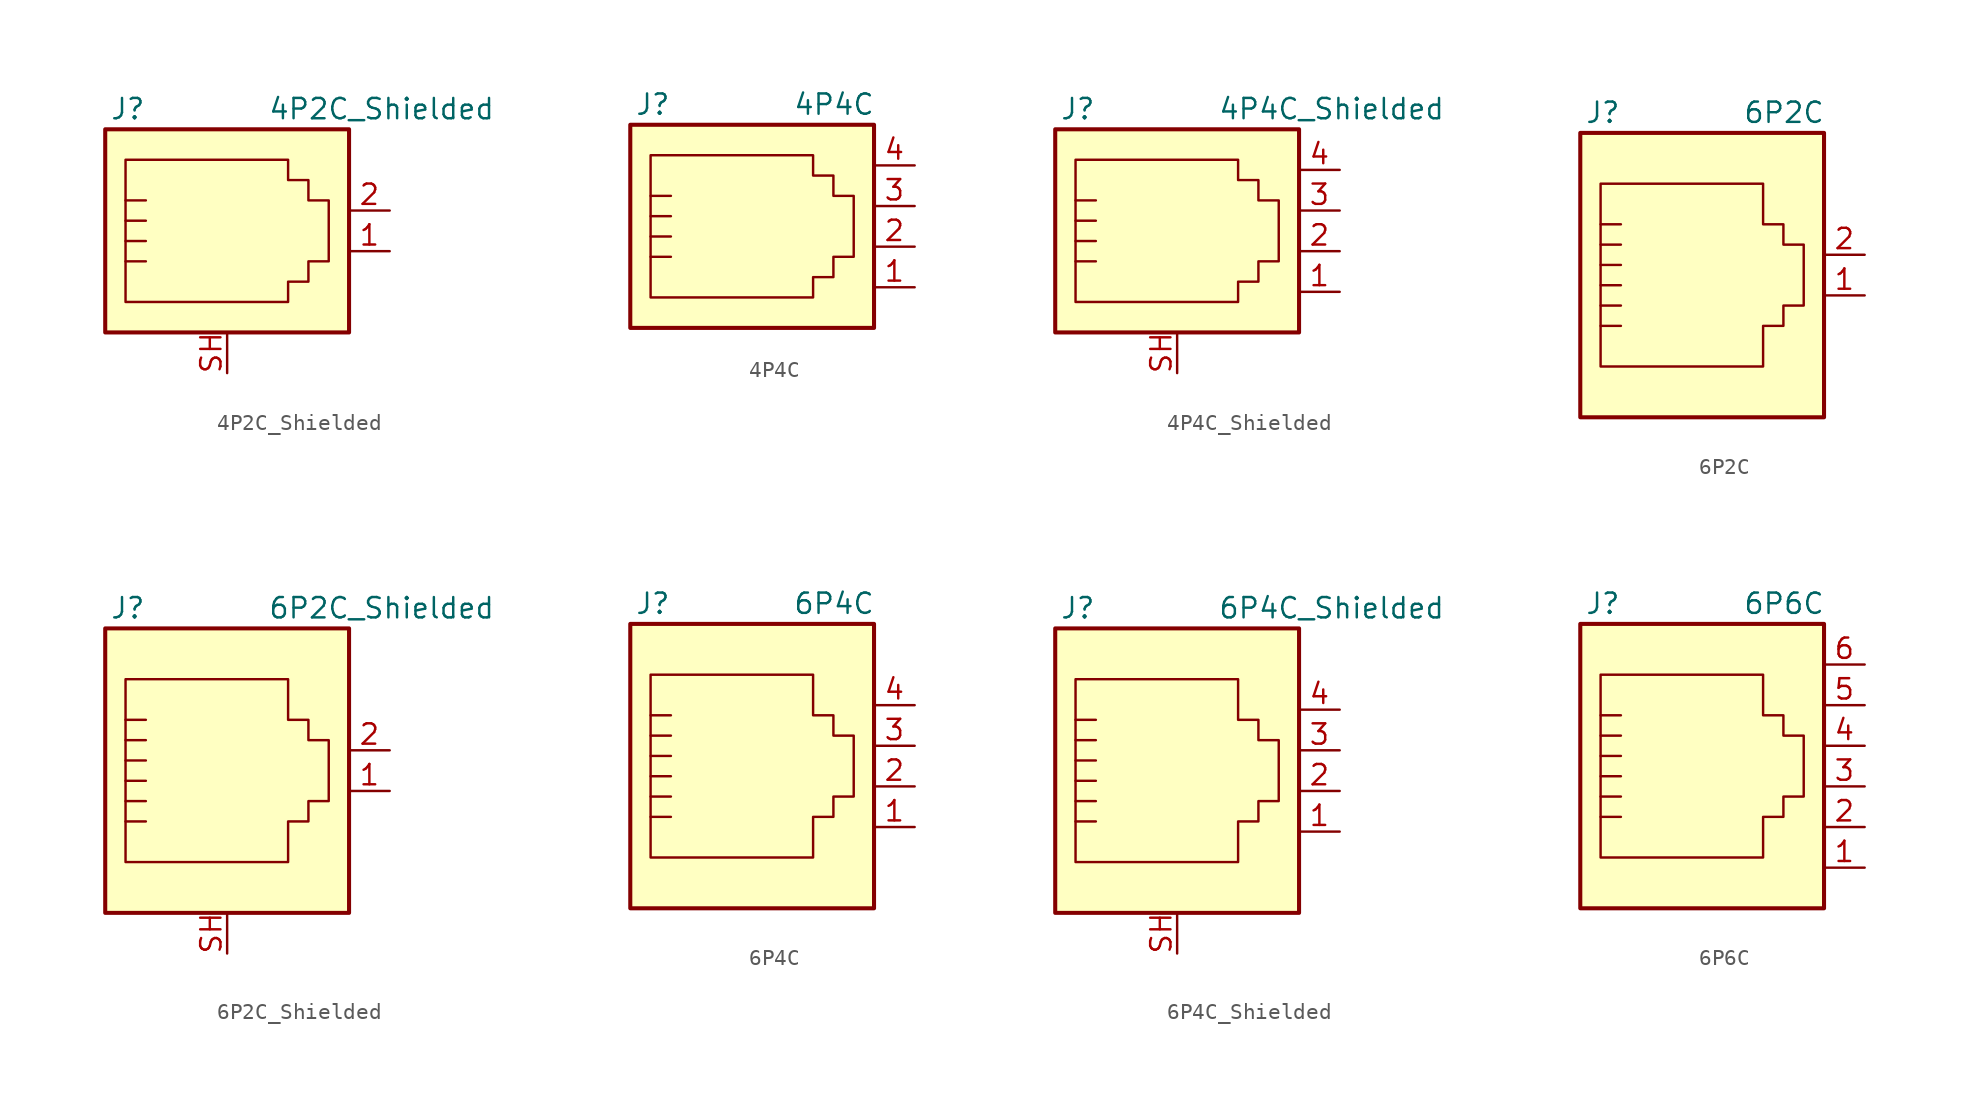
<source format=kicad_sym>
(kicad_symbol_lib
  (version 20241209)
  (generator "kicad_symbol_editor")
  (generator_version "9.0")
  (symbol "4P2C_Shielded"
    (pin_names
      (offset 1.016))
    (property "Reference" "J"
      (at -5.08 8.89 0)
      (effects (font (size 1.27 1.27)) (justify right)))
    (property "Value" "4P2C_Shielded"
      (at 2.54 8.89 0)
      (effects (font (size 1.27 1.27)) (justify left)))
    (symbol "4P2C_Shielded_0_1"
      (polyline (pts (xy -6.35 3.175) (xy -5.08 3.175) (xy -5.08 3.175)) (stroke (width 0) (type default)) (fill (type none)))
      (polyline (pts (xy -6.35 1.905) (xy -5.08 1.905) (xy -5.08 1.905)) (stroke (width 0) (type default)) (fill (type none)))
      (polyline (pts (xy -6.35 0.635) (xy -5.08 0.635) (xy -5.08 0.635)) (stroke (width 0) (type default)) (fill (type none)))
      (polyline (pts (xy -6.35 -0.635) (xy -5.08 -0.635) (xy -5.08 -0.635)) (stroke (width 0) (type default)) (fill (type none)))
      (polyline (pts (xy -6.35 -3.175) (xy -6.35 5.715) (xy -1.27 5.715) (xy 3.81 5.715) (xy 3.81 4.445) (xy 5.08 4.445) (xy 5.08 3.175) (xy 6.35 3.175) (xy 6.35 -0.635) (xy 5.08 -0.635) (xy 5.08 -1.905) (xy 3.81 -1.905) (xy 3.81 -3.175) (xy -6.35 -3.175) (xy -6.35 -3.175)) (stroke (width 0) (type default)) (fill (type none)))
      (rectangle (start 7.62 7.62) (end -7.62 -5.08) (stroke (width 0.254) (type default)) (fill (type background))))
    (symbol "4P2C_Shielded_1_1"
      (pin passive line (at 0 -7.62 90) (length 2.54) (name "~" (effects (font (size 1.27 1.27)))) (number "SH" (effects (font (size 1.27 1.27)))))
      (pin passive line (at 10.16 2.54 180) (length 2.54) (name "~" (effects (font (size 1.27 1.27)))) (number "2" (effects (font (size 1.27 1.27)))))
      (pin passive line (at 10.16 0 180) (length 2.54) (name "~" (effects (font (size 1.27 1.27)))) (number "1" (effects (font (size 1.27 1.27)))))))
  (symbol "4P4C"
    (pin_names
      (offset 1.016))
    (property "Reference" "J"
      (at -5.08 8.89 0)
      (effects (font (size 1.27 1.27)) (justify right)))
    (property "Value" "4P4C"
      (at 2.54 8.89 0)
      (effects (font (size 1.27 1.27)) (justify left)))
    (symbol "4P4C_0_1"
      (polyline (pts (xy -6.35 3.175) (xy -5.08 3.175) (xy -5.08 3.175)) (stroke (width 0) (type default)) (fill (type none)))
      (polyline (pts (xy -6.35 1.905) (xy -5.08 1.905) (xy -5.08 1.905)) (stroke (width 0) (type default)) (fill (type none)))
      (polyline (pts (xy -6.35 0.635) (xy -5.08 0.635) (xy -5.08 0.635)) (stroke (width 0) (type default)) (fill (type none)))
      (polyline (pts (xy -6.35 -0.635) (xy -5.08 -0.635) (xy -5.08 -0.635)) (stroke (width 0) (type default)) (fill (type none)))
      (polyline (pts (xy -6.35 -3.175) (xy -6.35 5.715) (xy -1.27 5.715) (xy 3.81 5.715) (xy 3.81 4.445) (xy 5.08 4.445) (xy 5.08 3.175) (xy 6.35 3.175) (xy 6.35 -0.635) (xy 5.08 -0.635) (xy 5.08 -1.905) (xy 3.81 -1.905) (xy 3.81 -3.175) (xy -6.35 -3.175) (xy -6.35 -3.175)) (stroke (width 0) (type default)) (fill (type none)))
      (rectangle (start 7.62 7.62) (end -7.62 -5.08) (stroke (width 0.254) (type default)) (fill (type background))))
    (symbol "4P4C_1_1"
      (pin passive line (at 10.16 5.08 180) (length 2.54) (name "~" (effects (font (size 1.27 1.27)))) (number "4" (effects (font (size 1.27 1.27)))))
      (pin passive line (at 10.16 2.54 180) (length 2.54) (name "~" (effects (font (size 1.27 1.27)))) (number "3" (effects (font (size 1.27 1.27)))))
      (pin passive line (at 10.16 0 180) (length 2.54) (name "~" (effects (font (size 1.27 1.27)))) (number "2" (effects (font (size 1.27 1.27)))))
      (pin passive line (at 10.16 -2.54 180) (length 2.54) (name "~" (effects (font (size 1.27 1.27)))) (number "1" (effects (font (size 1.27 1.27)))))))
  (symbol "4P4C_Shielded"
    (pin_names
      (offset 1.016))
    (property "Reference" "J"
      (at -5.08 8.89 0)
      (effects (font (size 1.27 1.27)) (justify right)))
    (property "Value" "4P4C_Shielded"
      (at 2.54 8.89 0)
      (effects (font (size 1.27 1.27)) (justify left)))
    (symbol "4P4C_Shielded_0_1"
      (polyline (pts (xy -6.35 3.175) (xy -5.08 3.175) (xy -5.08 3.175)) (stroke (width 0) (type default)) (fill (type none)))
      (polyline (pts (xy -6.35 1.905) (xy -5.08 1.905) (xy -5.08 1.905)) (stroke (width 0) (type default)) (fill (type none)))
      (polyline (pts (xy -6.35 0.635) (xy -5.08 0.635) (xy -5.08 0.635)) (stroke (width 0) (type default)) (fill (type none)))
      (polyline (pts (xy -6.35 -0.635) (xy -5.08 -0.635) (xy -5.08 -0.635)) (stroke (width 0) (type default)) (fill (type none)))
      (polyline (pts (xy -6.35 -3.175) (xy -6.35 5.715) (xy -1.27 5.715) (xy 3.81 5.715) (xy 3.81 4.445) (xy 5.08 4.445) (xy 5.08 3.175) (xy 6.35 3.175) (xy 6.35 -0.635) (xy 5.08 -0.635) (xy 5.08 -1.905) (xy 3.81 -1.905) (xy 3.81 -3.175) (xy -6.35 -3.175) (xy -6.35 -3.175)) (stroke (width 0) (type default)) (fill (type none)))
      (rectangle (start 7.62 7.62) (end -7.62 -5.08) (stroke (width 0.254) (type default)) (fill (type background))))
    (symbol "4P4C_Shielded_1_1"
      (pin passive line (at 0 -7.62 90) (length 2.54) (name "~" (effects (font (size 1.27 1.27)))) (number "SH" (effects (font (size 1.27 1.27)))))
      (pin passive line (at 10.16 5.08 180) (length 2.54) (name "~" (effects (font (size 1.27 1.27)))) (number "4" (effects (font (size 1.27 1.27)))))
      (pin passive line (at 10.16 2.54 180) (length 2.54) (name "~" (effects (font (size 1.27 1.27)))) (number "3" (effects (font (size 1.27 1.27)))))
      (pin passive line (at 10.16 0 180) (length 2.54) (name "~" (effects (font (size 1.27 1.27)))) (number "2" (effects (font (size 1.27 1.27)))))
      (pin passive line (at 10.16 -2.54 180) (length 2.54) (name "~" (effects (font (size 1.27 1.27)))) (number "1" (effects (font (size 1.27 1.27)))))))
  (symbol "6P2C"
    (pin_names
      (offset 1.016))
    (property "Reference" "J"
      (at -5.08 11.43 0)
      (effects (font (size 1.27 1.27)) (justify right)))
    (property "Value" "6P2C"
      (at 2.54 11.43 0)
      (effects (font (size 1.27 1.27)) (justify left)))
    (symbol "6P2C_0_1"
      (polyline (pts (xy -6.35 3.175) (xy -5.08 3.175) (xy -5.08 3.175)) (stroke (width 0) (type default)) (fill (type none)))
      (polyline (pts (xy -6.35 1.905) (xy -5.08 1.905) (xy -5.08 1.905)) (stroke (width 0) (type default)) (fill (type none)))
      (polyline (pts (xy -6.35 0.635) (xy -5.08 0.635) (xy -5.08 0.635)) (stroke (width 0) (type default)) (fill (type none)))
      (polyline (pts (xy -6.35 -0.635) (xy -5.08 -0.635) (xy -5.08 -0.635)) (stroke (width 0) (type default)) (fill (type none)))
      (polyline (pts (xy -6.35 -1.905) (xy -5.08 -1.905) (xy -5.08 -1.905)) (stroke (width 0) (type default)) (fill (type none)))
      (polyline (pts (xy -6.35 -4.445) (xy -6.35 6.985) (xy 3.81 6.985) (xy 3.81 4.445) (xy 5.08 4.445) (xy 5.08 3.175) (xy 6.35 3.175) (xy 6.35 -0.635) (xy 5.08 -0.635) (xy 5.08 -1.905) (xy 3.81 -1.905) (xy 3.81 -4.445) (xy -6.35 -4.445) (xy -6.35 -4.445)) (stroke (width 0) (type default)) (fill (type none)))
      (polyline (pts (xy -5.08 4.445) (xy -6.35 4.445) (xy -6.35 4.445)) (stroke (width 0) (type default)) (fill (type none)))
      (rectangle (start 7.62 10.16) (end -7.62 -7.62) (stroke (width 0.254) (type default)) (fill (type background))))
    (symbol "6P2C_1_1"
      (pin passive line (at 10.16 2.54 180) (length 2.54) (name "~" (effects (font (size 1.27 1.27)))) (number "2" (effects (font (size 1.27 1.27)))))
      (pin passive line (at 10.16 0 180) (length 2.54) (name "~" (effects (font (size 1.27 1.27)))) (number "1" (effects (font (size 1.27 1.27)))))))
  (symbol "6P2C_Shielded"
    (pin_names
      (offset 1.016))
    (property "Reference" "J"
      (at -5.08 11.43 0)
      (effects (font (size 1.27 1.27)) (justify right)))
    (property "Value" "6P2C_Shielded"
      (at 2.54 11.43 0)
      (effects (font (size 1.27 1.27)) (justify left)))
    (symbol "6P2C_Shielded_0_1"
      (polyline (pts (xy -6.35 3.175) (xy -5.08 3.175) (xy -5.08 3.175)) (stroke (width 0) (type default)) (fill (type none)))
      (polyline (pts (xy -6.35 1.905) (xy -5.08 1.905) (xy -5.08 1.905)) (stroke (width 0) (type default)) (fill (type none)))
      (polyline (pts (xy -6.35 0.635) (xy -5.08 0.635) (xy -5.08 0.635)) (stroke (width 0) (type default)) (fill (type none)))
      (polyline (pts (xy -6.35 -0.635) (xy -5.08 -0.635) (xy -5.08 -0.635)) (stroke (width 0) (type default)) (fill (type none)))
      (polyline (pts (xy -6.35 -1.905) (xy -5.08 -1.905) (xy -5.08 -1.905)) (stroke (width 0) (type default)) (fill (type none)))
      (polyline (pts (xy -6.35 -4.445) (xy -6.35 6.985) (xy 3.81 6.985) (xy 3.81 4.445) (xy 5.08 4.445) (xy 5.08 3.175) (xy 6.35 3.175) (xy 6.35 -0.635) (xy 5.08 -0.635) (xy 5.08 -1.905) (xy 3.81 -1.905) (xy 3.81 -4.445) (xy -6.35 -4.445) (xy -6.35 -4.445)) (stroke (width 0) (type default)) (fill (type none)))
      (polyline (pts (xy -5.08 4.445) (xy -6.35 4.445) (xy -6.35 4.445)) (stroke (width 0) (type default)) (fill (type none)))
      (rectangle (start 7.62 10.16) (end -7.62 -7.62) (stroke (width 0.254) (type default)) (fill (type background))))
    (symbol "6P2C_Shielded_1_1"
      (pin passive line (at 0 -10.16 90) (length 2.54) (name "~" (effects (font (size 1.27 1.27)))) (number "SH" (effects (font (size 1.27 1.27)))))
      (pin passive line (at 10.16 2.54 180) (length 2.54) (name "~" (effects (font (size 1.27 1.27)))) (number "2" (effects (font (size 1.27 1.27)))))
      (pin passive line (at 10.16 0 180) (length 2.54) (name "~" (effects (font (size 1.27 1.27)))) (number "1" (effects (font (size 1.27 1.27)))))))
  (symbol "6P4C"
    (pin_names
      (offset 1.016))
    (property "Reference" "J"
      (at -5.08 11.43 0)
      (effects (font (size 1.27 1.27)) (justify right)))
    (property "Value" "6P4C"
      (at 2.54 11.43 0)
      (effects (font (size 1.27 1.27)) (justify left)))
    (symbol "6P4C_0_1"
      (polyline (pts (xy -6.35 3.175) (xy -5.08 3.175) (xy -5.08 3.175)) (stroke (width 0) (type default)) (fill (type none)))
      (polyline (pts (xy -6.35 1.905) (xy -5.08 1.905) (xy -5.08 1.905)) (stroke (width 0) (type default)) (fill (type none)))
      (polyline (pts (xy -6.35 0.635) (xy -5.08 0.635) (xy -5.08 0.635)) (stroke (width 0) (type default)) (fill (type none)))
      (polyline (pts (xy -6.35 -0.635) (xy -5.08 -0.635) (xy -5.08 -0.635)) (stroke (width 0) (type default)) (fill (type none)))
      (polyline (pts (xy -6.35 -1.905) (xy -5.08 -1.905) (xy -5.08 -1.905)) (stroke (width 0) (type default)) (fill (type none)))
      (polyline (pts (xy -6.35 -4.445) (xy -6.35 6.985) (xy 3.81 6.985) (xy 3.81 4.445) (xy 5.08 4.445) (xy 5.08 3.175) (xy 6.35 3.175) (xy 6.35 -0.635) (xy 5.08 -0.635) (xy 5.08 -1.905) (xy 3.81 -1.905) (xy 3.81 -4.445) (xy -6.35 -4.445) (xy -6.35 -4.445)) (stroke (width 0) (type default)) (fill (type none)))
      (polyline (pts (xy -5.08 4.445) (xy -6.35 4.445) (xy -6.35 4.445)) (stroke (width 0) (type default)) (fill (type none)))
      (rectangle (start 7.62 10.16) (end -7.62 -7.62) (stroke (width 0.254) (type default)) (fill (type background))))
    (symbol "6P4C_1_1"
      (pin passive line (at 10.16 5.08 180) (length 2.54) (name "~" (effects (font (size 1.27 1.27)))) (number "4" (effects (font (size 1.27 1.27)))))
      (pin passive line (at 10.16 2.54 180) (length 2.54) (name "~" (effects (font (size 1.27 1.27)))) (number "3" (effects (font (size 1.27 1.27)))))
      (pin passive line (at 10.16 0 180) (length 2.54) (name "~" (effects (font (size 1.27 1.27)))) (number "2" (effects (font (size 1.27 1.27)))))
      (pin passive line (at 10.16 -2.54 180) (length 2.54) (name "~" (effects (font (size 1.27 1.27)))) (number "1" (effects (font (size 1.27 1.27)))))))
  (symbol "6P4C_Shielded"
    (pin_names
      (offset 1.016))
    (property "Reference" "J"
      (at -5.08 11.43 0)
      (effects (font (size 1.27 1.27)) (justify right)))
    (property "Value" "6P4C_Shielded"
      (at 2.54 11.43 0)
      (effects (font (size 1.27 1.27)) (justify left)))
    (symbol "6P4C_Shielded_0_1"
      (polyline (pts (xy -6.35 3.175) (xy -5.08 3.175) (xy -5.08 3.175)) (stroke (width 0) (type default)) (fill (type none)))
      (polyline (pts (xy -6.35 1.905) (xy -5.08 1.905) (xy -5.08 1.905)) (stroke (width 0) (type default)) (fill (type none)))
      (polyline (pts (xy -6.35 0.635) (xy -5.08 0.635) (xy -5.08 0.635)) (stroke (width 0) (type default)) (fill (type none)))
      (polyline (pts (xy -6.35 -0.635) (xy -5.08 -0.635) (xy -5.08 -0.635)) (stroke (width 0) (type default)) (fill (type none)))
      (polyline (pts (xy -6.35 -1.905) (xy -5.08 -1.905) (xy -5.08 -1.905)) (stroke (width 0) (type default)) (fill (type none)))
      (polyline (pts (xy -6.35 -4.445) (xy -6.35 6.985) (xy 3.81 6.985) (xy 3.81 4.445) (xy 5.08 4.445) (xy 5.08 3.175) (xy 6.35 3.175) (xy 6.35 -0.635) (xy 5.08 -0.635) (xy 5.08 -1.905) (xy 3.81 -1.905) (xy 3.81 -4.445) (xy -6.35 -4.445) (xy -6.35 -4.445)) (stroke (width 0) (type default)) (fill (type none)))
      (polyline (pts (xy -5.08 4.445) (xy -6.35 4.445) (xy -6.35 4.445)) (stroke (width 0) (type default)) (fill (type none)))
      (rectangle (start 7.62 10.16) (end -7.62 -7.62) (stroke (width 0.254) (type default)) (fill (type background))))
    (symbol "6P4C_Shielded_1_1"
      (pin passive line (at 0 -10.16 90) (length 2.54) (name "~" (effects (font (size 1.27 1.27)))) (number "SH" (effects (font (size 1.27 1.27)))))
      (pin passive line (at 10.16 5.08 180) (length 2.54) (name "~" (effects (font (size 1.27 1.27)))) (number "4" (effects (font (size 1.27 1.27)))))
      (pin passive line (at 10.16 2.54 180) (length 2.54) (name "~" (effects (font (size 1.27 1.27)))) (number "3" (effects (font (size 1.27 1.27)))))
      (pin passive line (at 10.16 0 180) (length 2.54) (name "~" (effects (font (size 1.27 1.27)))) (number "2" (effects (font (size 1.27 1.27)))))
      (pin passive line (at 10.16 -2.54 180) (length 2.54) (name "~" (effects (font (size 1.27 1.27)))) (number "1" (effects (font (size 1.27 1.27)))))))
  (symbol "6P6C"
    (pin_names
      (offset 1.016))
    (property "Reference" "J"
      (at -5.08 11.43 0)
      (effects (font (size 1.27 1.27)) (justify right)))
    (property "Value" "6P6C"
      (at 2.54 11.43 0)
      (effects (font (size 1.27 1.27)) (justify left)))
    (symbol "6P6C_0_1"
      (polyline (pts (xy -6.35 3.175) (xy -5.08 3.175) (xy -5.08 3.175)) (stroke (width 0) (type default)) (fill (type none)))
      (polyline (pts (xy -6.35 1.905) (xy -5.08 1.905) (xy -5.08 1.905)) (stroke (width 0) (type default)) (fill (type none)))
      (polyline (pts (xy -6.35 0.635) (xy -5.08 0.635) (xy -5.08 0.635)) (stroke (width 0) (type default)) (fill (type none)))
      (polyline (pts (xy -6.35 -0.635) (xy -5.08 -0.635) (xy -5.08 -0.635)) (stroke (width 0) (type default)) (fill (type none)))
      (polyline (pts (xy -6.35 -1.905) (xy -5.08 -1.905) (xy -5.08 -1.905)) (stroke (width 0) (type default)) (fill (type none)))
      (polyline (pts (xy -6.35 -4.445) (xy -6.35 6.985) (xy 3.81 6.985) (xy 3.81 4.445) (xy 5.08 4.445) (xy 5.08 3.175) (xy 6.35 3.175) (xy 6.35 -0.635) (xy 5.08 -0.635) (xy 5.08 -1.905) (xy 3.81 -1.905) (xy 3.81 -4.445) (xy -6.35 -4.445) (xy -6.35 -4.445)) (stroke (width 0) (type default)) (fill (type none)))
      (polyline (pts (xy -5.08 4.445) (xy -6.35 4.445) (xy -6.35 4.445)) (stroke (width 0) (type default)) (fill (type none)))
      (rectangle (start 7.62 10.16) (end -7.62 -7.62) (stroke (width 0.254) (type default)) (fill (type background))))
    (symbol "6P6C_1_1"
      (pin passive line (at 10.16 7.62 180) (length 2.54) (name "~" (effects (font (size 1.27 1.27)))) (number "6" (effects (font (size 1.27 1.27)))))
      (pin passive line (at 10.16 5.08 180) (length 2.54) (name "~" (effects (font (size 1.27 1.27)))) (number "5" (effects (font (size 1.27 1.27)))))
      (pin passive line (at 10.16 2.54 180) (length 2.54) (name "~" (effects (font (size 1.27 1.27)))) (number "4" (effects (font (size 1.27 1.27)))))
      (pin passive line (at 10.16 0 180) (length 2.54) (name "~" (effects (font (size 1.27 1.27)))) (number "3" (effects (font (size 1.27 1.27)))))
      (pin passive line (at 10.16 -2.54 180) (length 2.54) (name "~" (effects (font (size 1.27 1.27)))) (number "2" (effects (font (size 1.27 1.27)))))
      (pin passive line (at 10.16 -5.08 180) (length 2.54) (name "~" (effects (font (size 1.27 1.27)))) (number "1" (effects (font (size 1.27 1.27))))))))
</source>
